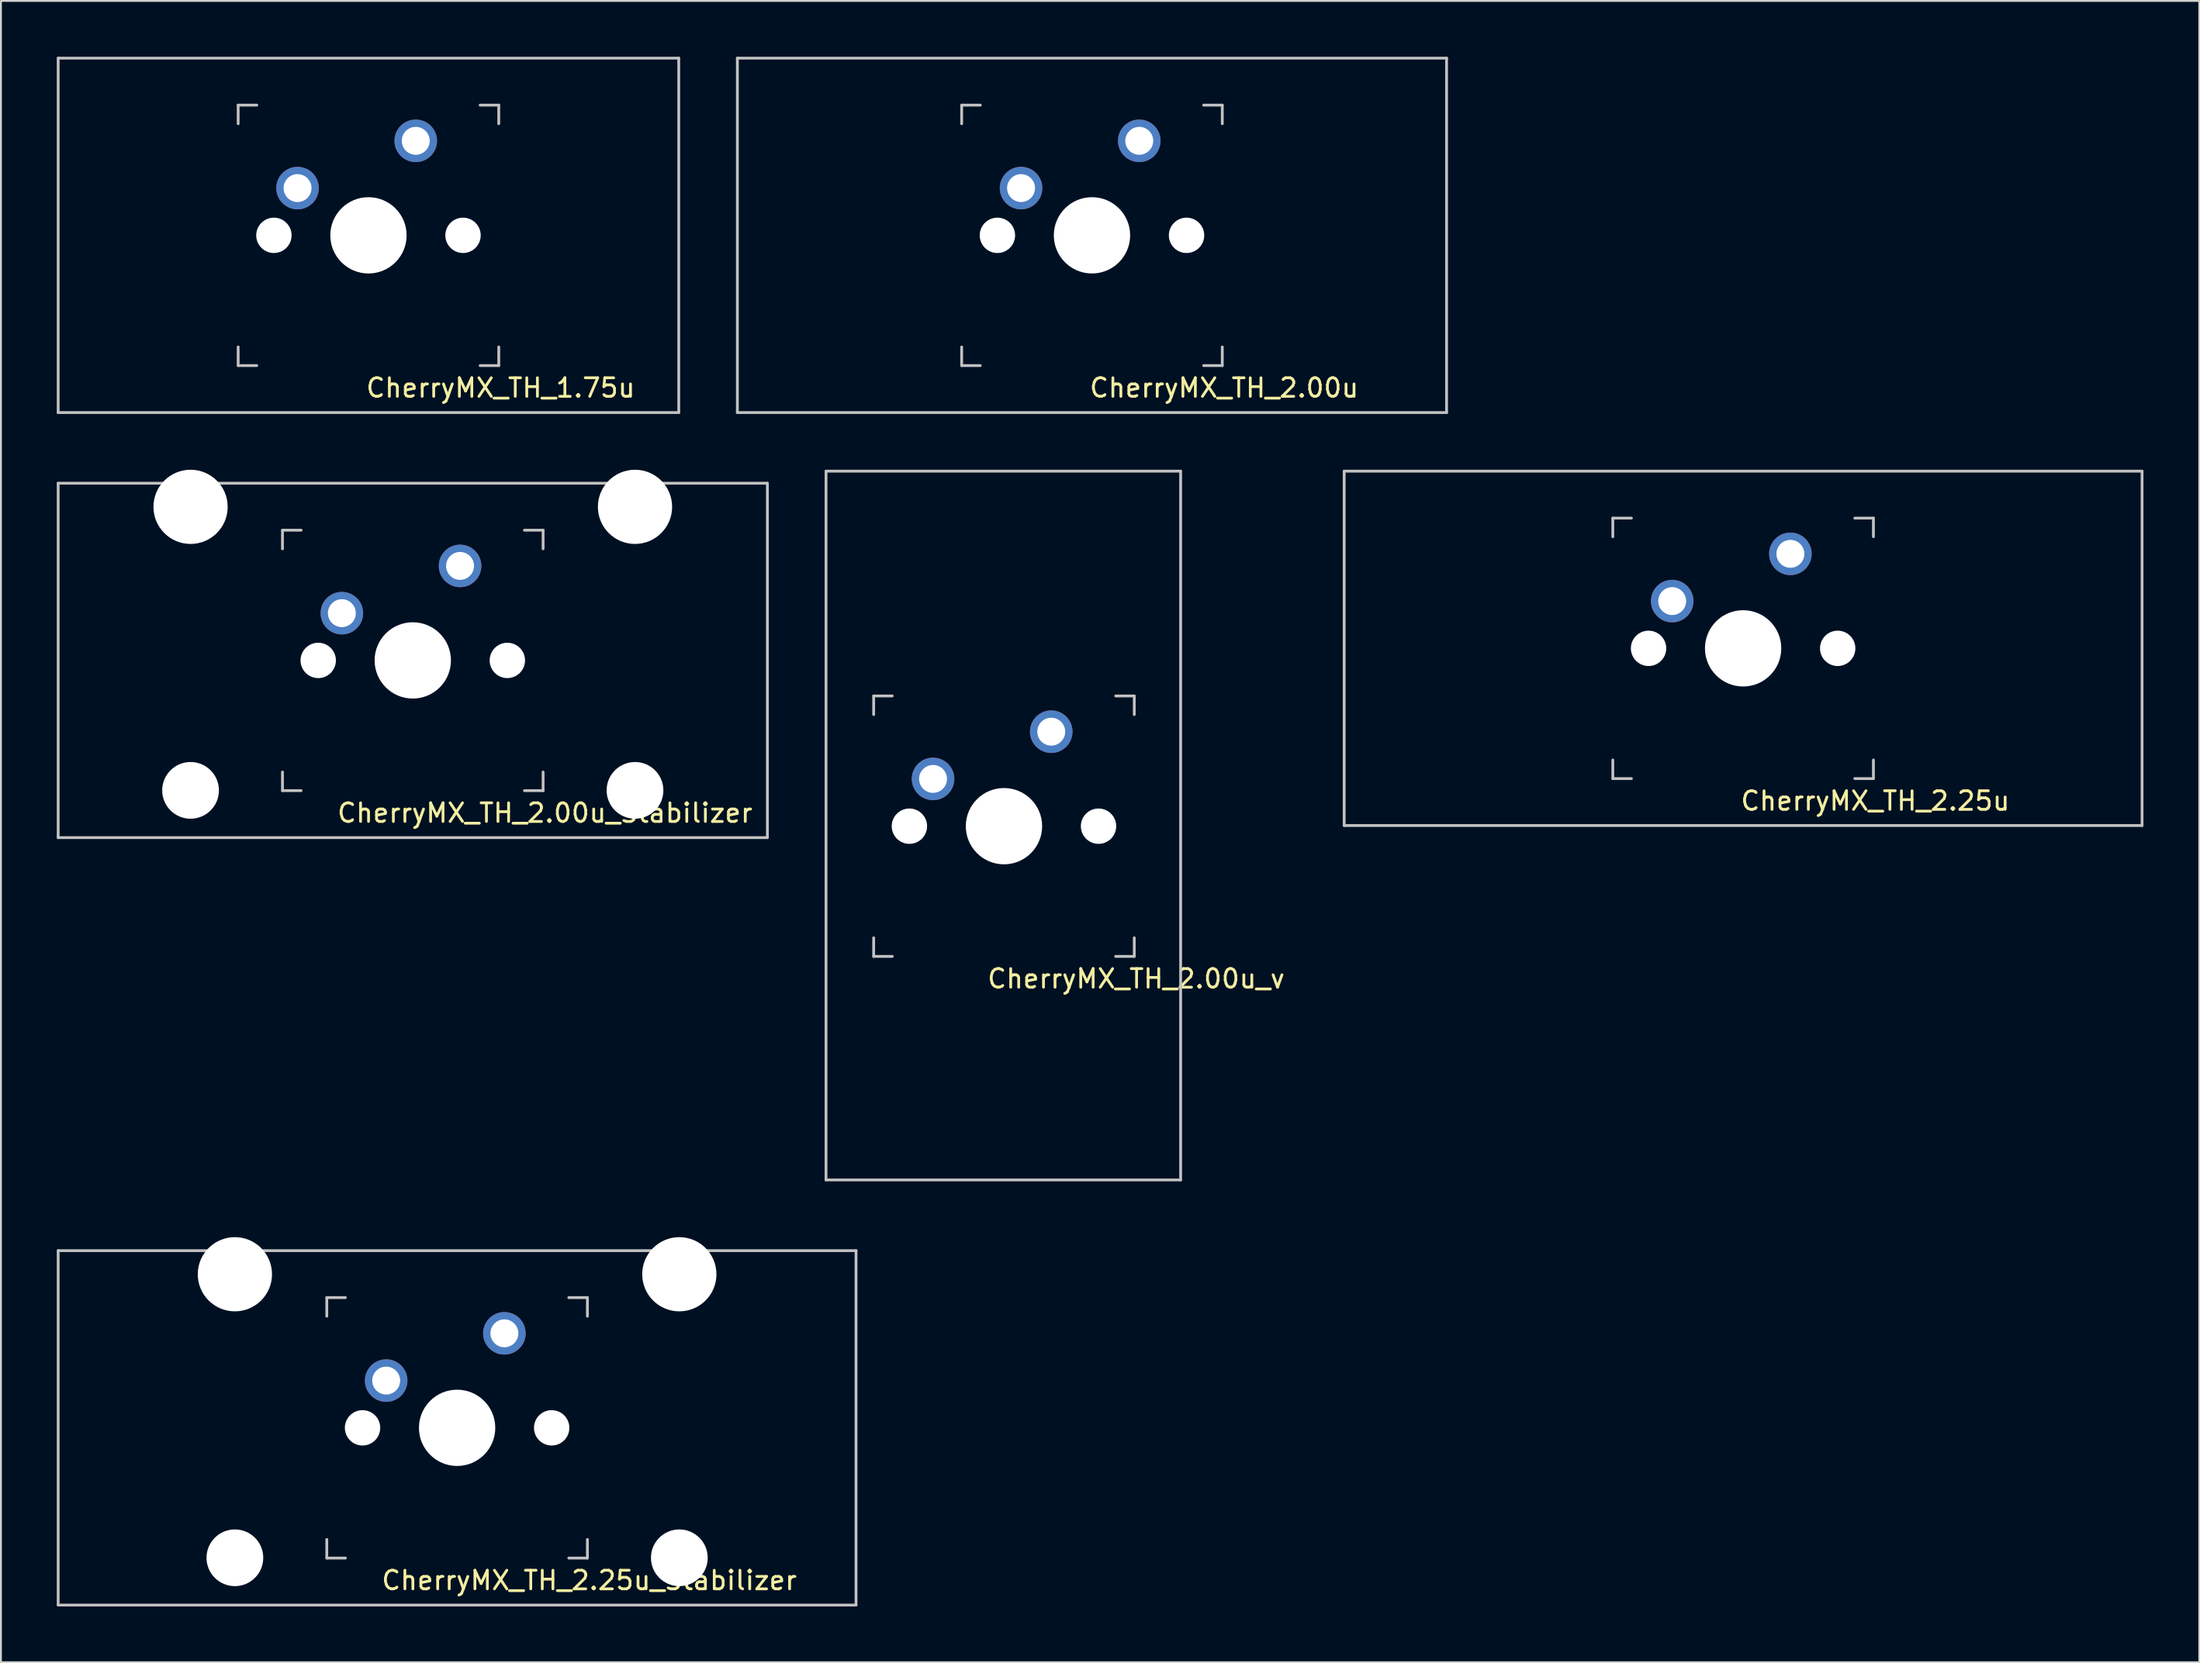
<source format=kicad_pcb>
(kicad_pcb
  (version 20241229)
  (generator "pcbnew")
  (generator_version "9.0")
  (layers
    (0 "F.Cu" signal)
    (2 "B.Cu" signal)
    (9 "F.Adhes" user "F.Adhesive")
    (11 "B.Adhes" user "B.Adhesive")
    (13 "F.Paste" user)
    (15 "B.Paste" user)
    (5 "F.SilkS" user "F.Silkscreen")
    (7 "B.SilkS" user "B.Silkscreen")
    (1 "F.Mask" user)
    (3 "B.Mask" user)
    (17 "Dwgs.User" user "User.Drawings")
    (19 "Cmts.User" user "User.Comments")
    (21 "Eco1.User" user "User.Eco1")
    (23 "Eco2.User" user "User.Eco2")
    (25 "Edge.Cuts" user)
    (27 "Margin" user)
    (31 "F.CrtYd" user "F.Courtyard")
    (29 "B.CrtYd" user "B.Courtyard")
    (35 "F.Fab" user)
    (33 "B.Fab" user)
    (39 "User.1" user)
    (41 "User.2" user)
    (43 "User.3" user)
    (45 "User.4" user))
  (footprint "CherryMX_TH_2.00u"
    (layer "F.Cu")
    (at 55.612 9.6)
    (property "Reference" "CherryMX_TH_2.00u" (at 7.1 8.2 0) (layer "F.SilkS") (effects (font (size 1 1) (thickness 0.15))))
    (attr through_hole)
    (fp_line (start -19.05 -9.525) (end 19.05 -9.525) (stroke (width 0.15) (type solid)) (layer "Dwgs.User"))
    (fp_line (start -19.05 9.525) (end -19.05 -9.525) (stroke (width 0.15) (type solid)) (layer "Dwgs.User"))
    (fp_line (start -7 -7) (end -6 -7) (stroke (width 0.15) (type solid)) (layer "Dwgs.User"))
    (fp_line (start -7 -6) (end -7 -7) (stroke (width 0.15) (type solid)) (layer "Dwgs.User"))
    (fp_line (start -7 6) (end -7 7) (stroke (width 0.15) (type solid)) (layer "Dwgs.User"))
    (fp_line (start -7 7) (end -6 7) (stroke (width 0.15) (type solid)) (layer "Dwgs.User"))
    (fp_line (start 6 7) (end 7 7) (stroke (width 0.15) (type solid)) (layer "Dwgs.User"))
    (fp_line (start 7 -7) (end 6 -7) (stroke (width 0.15) (type solid)) (layer "Dwgs.User"))
    (fp_line (start 7 -7) (end 7 -6) (stroke (width 0.15) (type solid)) (layer "Dwgs.User"))
    (fp_line (start 7 7) (end 7 6) (stroke (width 0.15) (type solid)) (layer "Dwgs.User"))
    (fp_line (start 19.05 -9.525) (end 19.05 9.525) (stroke (width 0.15) (type solid)) (layer "Dwgs.User"))
    (fp_line (start 19.05 9.525) (end -19.05 9.525) (stroke (width 0.15) (type solid)) (layer "Dwgs.User"))
    (pad "" np_thru_hole circle (at -5.08 0) (size 1.9 1.9) (drill 1.9) (layers "*.Cu" "*.Mask"))
    (pad "" np_thru_hole circle (at 0 0 90) (size 4.1 4.1) (drill 4.1) (layers "*.Cu" "*.Mask"))
    (pad "" np_thru_hole circle (at 5.08 0) (size 1.9 1.9) (drill 1.9) (layers "*.Cu" "*.Mask"))
    (pad "1" thru_hole circle (at -3.81 -2.54) (size 2.286 2.286) (drill 1.499) (layers "*.Cu" "B.Mask"))
    (pad "2" thru_hole circle (at 2.54 -5.08) (size 2.286 2.286) (drill 1.499) (layers "*.Cu" "B.Mask")))
  (footprint "CherryMX_TH_1.75u"
    (layer "F.Cu")
    (at 16.744 9.6)
    (property "Reference" "CherryMX_TH_1.75u" (at 7.1 8.2 0) (layer "F.SilkS") (effects (font (size 1 1) (thickness 0.15))))
    (attr through_hole)
    (fp_line (start -16.669 -9.525) (end 16.669 -9.525) (stroke (width 0.15) (type solid)) (layer "Dwgs.User"))
    (fp_line (start -16.669 9.525) (end -16.669 -9.525) (stroke (width 0.15) (type solid)) (layer "Dwgs.User"))
    (fp_line (start -7 -7) (end -6 -7) (stroke (width 0.15) (type solid)) (layer "Dwgs.User"))
    (fp_line (start -7 -6) (end -7 -7) (stroke (width 0.15) (type solid)) (layer "Dwgs.User"))
    (fp_line (start -7 6) (end -7 7) (stroke (width 0.15) (type solid)) (layer "Dwgs.User"))
    (fp_line (start -7 7) (end -6 7) (stroke (width 0.15) (type solid)) (layer "Dwgs.User"))
    (fp_line (start 6 7) (end 7 7) (stroke (width 0.15) (type solid)) (layer "Dwgs.User"))
    (fp_line (start 7 -7) (end 6 -7) (stroke (width 0.15) (type solid)) (layer "Dwgs.User"))
    (fp_line (start 7 -7) (end 7 -6) (stroke (width 0.15) (type solid)) (layer "Dwgs.User"))
    (fp_line (start 7 7) (end 7 6) (stroke (width 0.15) (type solid)) (layer "Dwgs.User"))
    (fp_line (start 16.669 -9.525) (end 16.669 9.525) (stroke (width 0.15) (type solid)) (layer "Dwgs.User"))
    (fp_line (start 16.669 9.525) (end -16.669 9.525) (stroke (width 0.15) (type solid)) (layer "Dwgs.User"))
    (pad "" np_thru_hole circle (at -5.08 0) (size 1.9 1.9) (drill 1.9) (layers "*.Cu" "*.Mask"))
    (pad "" np_thru_hole circle (at 0 0 90) (size 4.1 4.1) (drill 4.1) (layers "*.Cu" "*.Mask"))
    (pad "" np_thru_hole circle (at 5.08 0) (size 1.9 1.9) (drill 1.9) (layers "*.Cu" "*.Mask"))
    (pad "1" thru_hole circle (at -3.81 -2.54) (size 2.286 2.286) (drill 1.499) (layers "*.Cu" "*.Mask"))
    (pad "2" thru_hole circle (at 2.54 -5.08) (size 2.286 2.286) (drill 1.499) (layers "*.Cu" "*.Mask")))
  (footprint "CherryMX_TH_2.00u_v"
    (layer "F.Cu")
    (at 50.884 41.359)
    (property "Reference" "CherryMX_TH_2.00u_v" (at 7.1 8.2 0) (layer "F.SilkS") (effects (font (size 1 1) (thickness 0.15))))
    (attr through_hole)
    (fp_line (start -9.559 -19.084) (end 9.491 -19.084) (stroke (width 0.15) (type solid)) (layer "Dwgs.User"))
    (fp_line (start -9.559 19.016) (end -9.559 -19.084) (stroke (width 0.15) (type solid)) (layer "Dwgs.User"))
    (fp_line (start -7 -7) (end -6 -7) (stroke (width 0.15) (type solid)) (layer "Dwgs.User"))
    (fp_line (start -7 -6) (end -7 -7) (stroke (width 0.15) (type solid)) (layer "Dwgs.User"))
    (fp_line (start -7 6) (end -7 7) (stroke (width 0.15) (type solid)) (layer "Dwgs.User"))
    (fp_line (start -7 7) (end -6 7) (stroke (width 0.15) (type solid)) (layer "Dwgs.User"))
    (fp_line (start 6 7) (end 7 7) (stroke (width 0.15) (type solid)) (layer "Dwgs.User"))
    (fp_line (start 7 -7) (end 6 -7) (stroke (width 0.15) (type solid)) (layer "Dwgs.User"))
    (fp_line (start 7 -7) (end 7 -6) (stroke (width 0.15) (type solid)) (layer "Dwgs.User"))
    (fp_line (start 7 7) (end 7 6) (stroke (width 0.15) (type solid)) (layer "Dwgs.User"))
    (fp_line (start 9.491 -19.084) (end 9.491 19.016) (stroke (width 0.15) (type solid)) (layer "Dwgs.User"))
    (fp_line (start 9.491 19.016) (end -9.559 19.016) (stroke (width 0.15) (type solid)) (layer "Dwgs.User"))
    (pad "" np_thru_hole circle (at -5.08 0) (size 1.9 1.9) (drill 1.9) (layers "*.Cu" "*.Mask"))
    (pad "" np_thru_hole circle (at 0 0 90) (size 4.1 4.1) (drill 4.1) (layers "*.Cu" "*.Mask"))
    (pad "" np_thru_hole circle (at 5.08 0) (size 1.9 1.9) (drill 1.9) (layers "*.Cu" "*.Mask"))
    (pad "1" thru_hole circle (at -3.81 -2.54) (size 2.286 2.286) (drill 1.499) (layers "*.Cu" "*.Mask"))
    (pad "2" thru_hole circle (at 2.54 -5.08) (size 2.286 2.286) (drill 1.499) (layers "*.Cu" "*.Mask")))
  (footprint "CherryMX_TH_2.00u_Stabilizer"
    (layer "F.Cu")
    (at 19.125 32.449)
    (property "Reference" "CherryMX_TH_2.00u_Stabilizer" (at 7.1 8.2 0) (layer "F.SilkS") (effects (font (size 1 1) (thickness 0.15))))
    (attr through_hole)
    (fp_line (start -19.05 -9.525) (end 19.05 -9.525) (stroke (width 0.15) (type solid)) (layer "Dwgs.User"))
    (fp_line (start -19.05 9.525) (end -19.05 -9.525) (stroke (width 0.15) (type solid)) (layer "Dwgs.User"))
    (fp_line (start -7 -7) (end -6 -7) (stroke (width 0.15) (type solid)) (layer "Dwgs.User"))
    (fp_line (start -7 -6) (end -7 -7) (stroke (width 0.15) (type solid)) (layer "Dwgs.User"))
    (fp_line (start -7 6) (end -7 7) (stroke (width 0.15) (type solid)) (layer "Dwgs.User"))
    (fp_line (start -7 7) (end -6 7) (stroke (width 0.15) (type solid)) (layer "Dwgs.User"))
    (fp_line (start 6 7) (end 7 7) (stroke (width 0.15) (type solid)) (layer "Dwgs.User"))
    (fp_line (start 7 -7) (end 6 -7) (stroke (width 0.15) (type solid)) (layer "Dwgs.User"))
    (fp_line (start 7 -7) (end 7 -6) (stroke (width 0.15) (type solid)) (layer "Dwgs.User"))
    (fp_line (start 7 7) (end 7 6) (stroke (width 0.15) (type solid)) (layer "Dwgs.User"))
    (fp_line (start 19.05 -9.525) (end 19.05 9.525) (stroke (width 0.15) (type solid)) (layer "Dwgs.User"))
    (fp_line (start 19.05 9.525) (end -19.05 9.525) (stroke (width 0.15) (type solid)) (layer "Dwgs.User"))
    (pad "" np_thru_hole circle (at -11.938 -8.255 180) (size 3.988 3.988) (drill 3.988) (layers "*.Cu" "*.Mask"))
    (pad "" np_thru_hole circle (at -11.938 6.985 180) (size 3.048 3.048) (drill 3.048) (layers "*.Cu" "*.Mask"))
    (pad "" np_thru_hole circle (at -5.08 0) (size 1.9 1.9) (drill 1.9) (layers "*.Cu" "*.Mask"))
    (pad "" np_thru_hole circle (at 0 0 90) (size 4.1 4.1) (drill 4.1) (layers "*.Cu" "*.Mask"))
    (pad "" np_thru_hole circle (at 5.08 0) (size 1.9 1.9) (drill 1.9) (layers "*.Cu" "*.Mask"))
    (pad "" np_thru_hole circle (at 11.938 -8.255 180) (size 3.988 3.988) (drill 3.988) (layers "*.Cu" "*.Mask"))
    (pad "" np_thru_hole circle (at 11.938 6.985 180) (size 3.048 3.048) (drill 3.048) (layers "*.Cu" "*.Mask"))
    (pad "1" thru_hole circle (at -3.81 -2.54) (size 2.286 2.286) (drill 1.499) (layers "*.Cu" "*.Mask"))
    (pad "2" thru_hole circle (at 2.54 -5.08) (size 2.286 2.286) (drill 1.499) (layers "*.Cu" "*.Mask")))
  (footprint "CherryMX_TH_2.25u"
    (layer "F.Cu")
    (at 90.592 31.8)
    (property "Reference" "CherryMX_TH_2.25u" (at 7.1 8.2 0) (layer "F.SilkS") (effects (font (size 1 1) (thickness 0.15))))
    (attr through_hole)
    (fp_line (start -21.431 -9.525) (end 21.431 -9.525) (stroke (width 0.15) (type solid)) (layer "Dwgs.User"))
    (fp_line (start -21.431 9.525) (end -21.431 -9.525) (stroke (width 0.15) (type solid)) (layer "Dwgs.User"))
    (fp_line (start -7 -7) (end -6 -7) (stroke (width 0.15) (type solid)) (layer "Dwgs.User"))
    (fp_line (start -7 -6) (end -7 -7) (stroke (width 0.15) (type solid)) (layer "Dwgs.User"))
    (fp_line (start -7 6) (end -7 7) (stroke (width 0.15) (type solid)) (layer "Dwgs.User"))
    (fp_line (start -7 7) (end -6 7) (stroke (width 0.15) (type solid)) (layer "Dwgs.User"))
    (fp_line (start 6 7) (end 7 7) (stroke (width 0.15) (type solid)) (layer "Dwgs.User"))
    (fp_line (start 7 -7) (end 6 -7) (stroke (width 0.15) (type solid)) (layer "Dwgs.User"))
    (fp_line (start 7 -7) (end 7 -6) (stroke (width 0.15) (type solid)) (layer "Dwgs.User"))
    (fp_line (start 7 7) (end 7 6) (stroke (width 0.15) (type solid)) (layer "Dwgs.User"))
    (fp_line (start 21.431 -9.525) (end 21.431 9.525) (stroke (width 0.15) (type solid)) (layer "Dwgs.User"))
    (fp_line (start 21.431 9.525) (end -21.431 9.525) (stroke (width 0.15) (type solid)) (layer "Dwgs.User"))
    (pad "" np_thru_hole circle (at -5.08 0) (size 1.9 1.9) (drill 1.9) (layers "*.Cu" "*.Mask"))
    (pad "" np_thru_hole circle (at 0 0 90) (size 4.1 4.1) (drill 4.1) (layers "*.Cu" "*.Mask"))
    (pad "" np_thru_hole circle (at 5.08 0) (size 1.9 1.9) (drill 1.9) (layers "*.Cu" "*.Mask"))
    (pad "1" thru_hole circle (at -3.81 -2.54) (size 2.286 2.286) (drill 1.499) (layers "*.Cu" "*.Mask"))
    (pad "2" thru_hole circle (at 2.54 -5.08) (size 2.286 2.286) (drill 1.499) (layers "*.Cu" "*.Mask")))
  (footprint "CherryMX_TH_2.25u_Stabilizer"
    (layer "F.Cu")
    (at 21.506 73.699)
    (property "Reference" "CherryMX_TH_2.25u_Stabilizer" (at 7.1 8.2 0) (layer "F.SilkS") (effects (font (size 1 1) (thickness 0.15))))
    (attr through_hole)
    (fp_line (start -21.431 -9.525) (end 21.431 -9.525) (stroke (width 0.15) (type solid)) (layer "Dwgs.User"))
    (fp_line (start -21.431 9.525) (end -21.431 -9.525) (stroke (width 0.15) (type solid)) (layer "Dwgs.User"))
    (fp_line (start -7 -7) (end -6 -7) (stroke (width 0.15) (type solid)) (layer "Dwgs.User"))
    (fp_line (start -7 -6) (end -7 -7) (stroke (width 0.15) (type solid)) (layer "Dwgs.User"))
    (fp_line (start -7 6) (end -7 7) (stroke (width 0.15) (type solid)) (layer "Dwgs.User"))
    (fp_line (start -7 7) (end -6 7) (stroke (width 0.15) (type solid)) (layer "Dwgs.User"))
    (fp_line (start 6 7) (end 7 7) (stroke (width 0.15) (type solid)) (layer "Dwgs.User"))
    (fp_line (start 7 -7) (end 6 -7) (stroke (width 0.15) (type solid)) (layer "Dwgs.User"))
    (fp_line (start 7 -7) (end 7 -6) (stroke (width 0.15) (type solid)) (layer "Dwgs.User"))
    (fp_line (start 7 7) (end 7 6) (stroke (width 0.15) (type solid)) (layer "Dwgs.User"))
    (fp_line (start 21.431 -9.525) (end 21.431 9.525) (stroke (width 0.15) (type solid)) (layer "Dwgs.User"))
    (fp_line (start 21.431 9.525) (end -21.431 9.525) (stroke (width 0.15) (type solid)) (layer "Dwgs.User"))
    (pad "" np_thru_hole circle (at -11.938 -8.255 180) (size 3.988 3.988) (drill 3.988) (layers "*.Cu" "*.Mask"))
    (pad "" np_thru_hole circle (at -11.938 6.985 180) (size 3.048 3.048) (drill 3.048) (layers "*.Cu" "*.Mask"))
    (pad "" np_thru_hole circle (at -5.08 0) (size 1.9 1.9) (drill 1.9) (layers "*.Cu" "*.Mask"))
    (pad "" np_thru_hole circle (at 0 0 90) (size 4.1 4.1) (drill 4.1) (layers "*.Cu" "*.Mask"))
    (pad "" np_thru_hole circle (at 5.08 0) (size 1.9 1.9) (drill 1.9) (layers "*.Cu" "*.Mask"))
    (pad "" np_thru_hole circle (at 11.938 -8.255 180) (size 3.988 3.988) (drill 3.988) (layers "*.Cu" "*.Mask"))
    (pad "" np_thru_hole circle (at 11.938 6.985 180) (size 3.048 3.048) (drill 3.048) (layers "*.Cu" "*.Mask"))
    (pad "1" thru_hole circle (at -3.81 -2.54) (size 2.286 2.286) (drill 1.499) (layers "*.Cu" "*.Mask"))
    (pad "2" thru_hole circle (at 2.54 -5.08) (size 2.286 2.286) (drill 1.499) (layers "*.Cu" "*.Mask")))
  (gr_rect
    (start -3 -3)
    (end 115.098 86.299)
    (stroke (width 0.1) (type default))
    (fill no)
    (layer "Edge.Cuts")))
</source>
